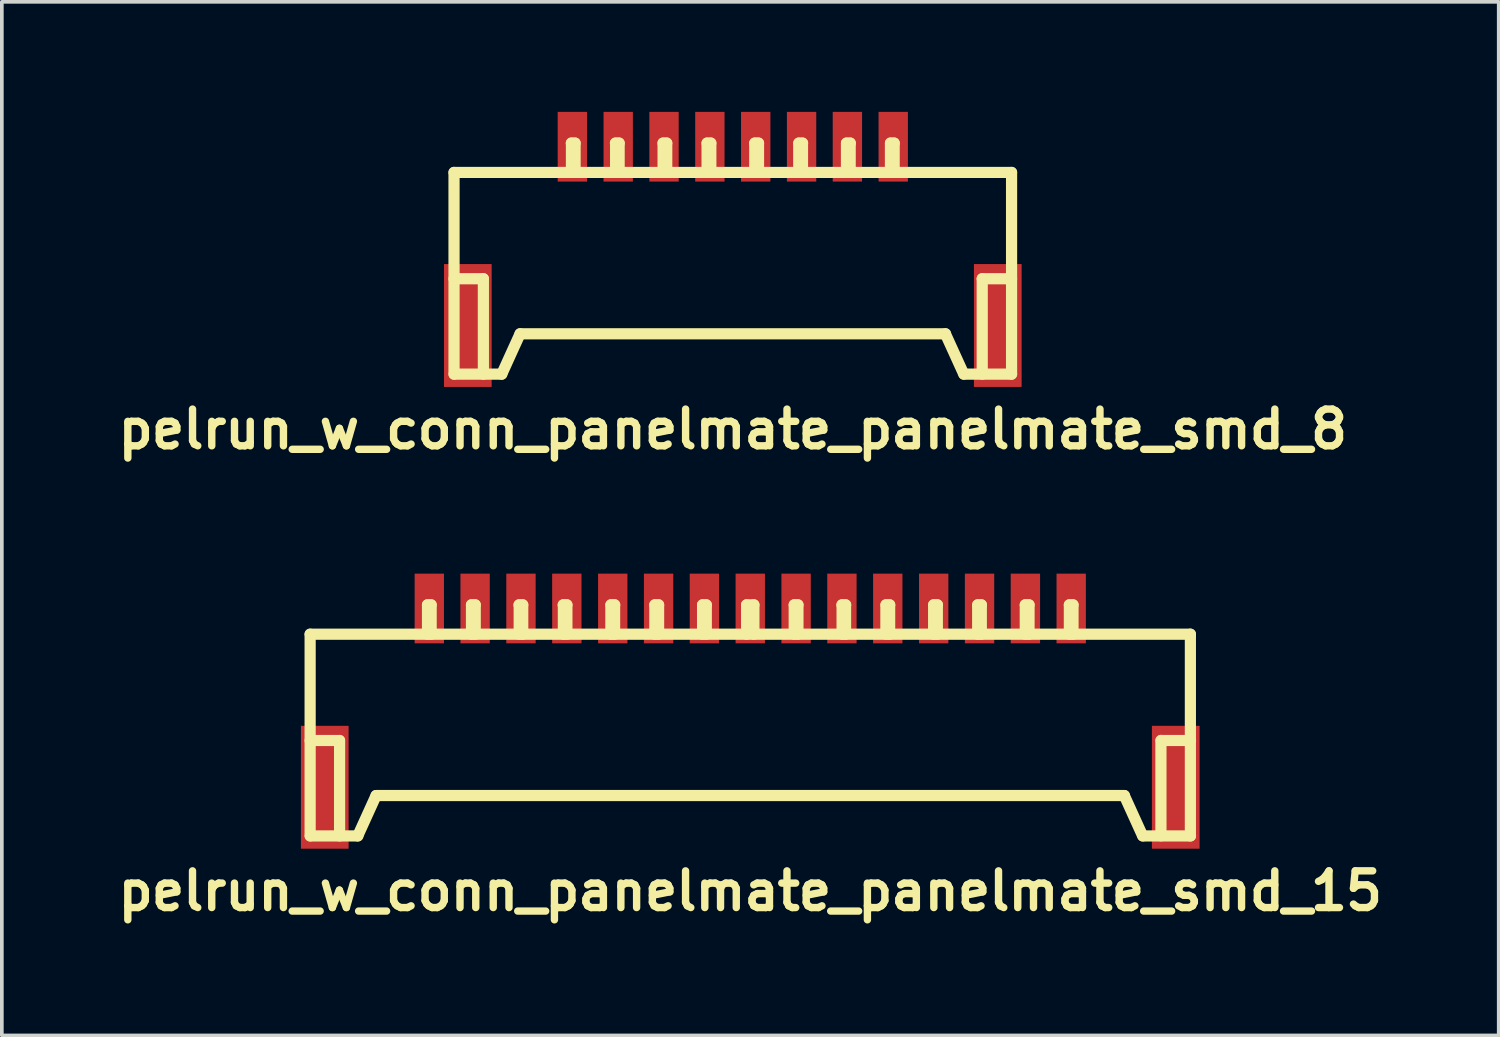
<source format=kicad_pcb>
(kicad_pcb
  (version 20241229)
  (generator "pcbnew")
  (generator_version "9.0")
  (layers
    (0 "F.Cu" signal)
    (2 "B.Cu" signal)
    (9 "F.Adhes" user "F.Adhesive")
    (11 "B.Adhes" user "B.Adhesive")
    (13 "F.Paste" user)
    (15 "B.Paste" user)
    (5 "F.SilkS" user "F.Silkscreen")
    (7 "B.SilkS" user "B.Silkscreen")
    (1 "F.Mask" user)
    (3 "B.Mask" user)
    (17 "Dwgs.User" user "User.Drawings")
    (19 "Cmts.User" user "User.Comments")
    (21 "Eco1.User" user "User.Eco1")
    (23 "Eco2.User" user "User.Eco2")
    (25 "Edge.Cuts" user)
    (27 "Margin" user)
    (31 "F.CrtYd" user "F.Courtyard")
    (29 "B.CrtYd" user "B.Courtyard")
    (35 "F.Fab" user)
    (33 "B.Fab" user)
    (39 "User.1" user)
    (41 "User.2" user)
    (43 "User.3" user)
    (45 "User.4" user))
  (footprint "pelrun_w_conn_panelmate_panelmate_smd_8"
    (layer "F.Cu")
    (at 16.928 4.45)
    (property "Reference" "pelrun_w_conn_panelmate_panelmate_smd_8" (at 0 4.201 0) (layer "F.SilkS") (effects (font (size 1.001 1.001) (thickness 0.201))))
    (attr through_hole)
    (fp_line (start -7.6 -2.799) (end -7.6 2.7) (stroke (width 0.305) (type solid)) (layer "F.SilkS"))
    (fp_line (start -7.6 -2.799) (end 7.6 -2.799) (stroke (width 0.305) (type solid)) (layer "F.SilkS"))
    (fp_line (start -7.6 0.099) (end -6.8 0.099) (stroke (width 0.305) (type solid)) (layer "F.SilkS"))
    (fp_line (start -6.8 0.099) (end -6.8 2.7) (stroke (width 0.305) (type solid)) (layer "F.SilkS"))
    (fp_line (start -6.299 2.7) (end -7.597 2.7) (stroke (width 0.305) (type solid)) (layer "F.SilkS"))
    (fp_line (start -6.299 2.7) (end -5.799 1.6) (stroke (width 0.305) (type solid)) (layer "F.SilkS"))
    (fp_line (start -5.799 1.6) (end 5.799 1.6) (stroke (width 0.305) (type solid)) (layer "F.SilkS"))
    (fp_line (start -4.402 -3.599) (end -4.3 -3.599) (stroke (width 0.305) (type solid)) (layer "F.SilkS"))
    (fp_line (start -4.399 -2.799) (end -4.399 -3.599) (stroke (width 0.305) (type solid)) (layer "F.SilkS"))
    (fp_line (start -4.3 -3.599) (end -4.3 -2.799) (stroke (width 0.305) (type solid)) (layer "F.SilkS"))
    (fp_line (start -3.2 -3.599) (end -3.099 -3.599) (stroke (width 0.305) (type solid)) (layer "F.SilkS"))
    (fp_line (start -3.195 -2.799) (end -3.195 -3.599) (stroke (width 0.305) (type solid)) (layer "F.SilkS"))
    (fp_line (start -3.099 -3.599) (end -3.099 -2.799) (stroke (width 0.305) (type solid)) (layer "F.SilkS"))
    (fp_line (start -1.9 -3.599) (end -1.9 -2.799) (stroke (width 0.305) (type solid)) (layer "F.SilkS"))
    (fp_line (start -1.801 -3.599) (end -1.902 -3.599) (stroke (width 0.305) (type solid)) (layer "F.SilkS"))
    (fp_line (start -1.801 -3.599) (end -1.801 -2.799) (stroke (width 0.305) (type solid)) (layer "F.SilkS"))
    (fp_line (start -0.701 -3.599) (end -0.599 -3.599) (stroke (width 0.305) (type solid)) (layer "F.SilkS"))
    (fp_line (start -0.701 -2.799) (end -0.701 -3.599) (stroke (width 0.305) (type solid)) (layer "F.SilkS"))
    (fp_line (start -0.599 -3.599) (end -0.599 -2.799) (stroke (width 0.305) (type solid)) (layer "F.SilkS"))
    (fp_line (start 0.599 -3.599) (end 0.599 -2.799) (stroke (width 0.305) (type solid)) (layer "F.SilkS"))
    (fp_line (start 0.701 -3.599) (end 0.599 -3.599) (stroke (width 0.305) (type solid)) (layer "F.SilkS"))
    (fp_line (start 0.701 -3.599) (end 0.701 -2.799) (stroke (width 0.305) (type solid)) (layer "F.SilkS"))
    (fp_line (start 1.798 -3.599) (end 1.798 -2.799) (stroke (width 0.305) (type solid)) (layer "F.SilkS"))
    (fp_line (start 1.803 -3.599) (end 1.902 -3.599) (stroke (width 0.305) (type solid)) (layer "F.SilkS"))
    (fp_line (start 1.9 -2.799) (end 1.9 -3.599) (stroke (width 0.305) (type solid)) (layer "F.SilkS"))
    (fp_line (start 3.099 -3.599) (end 3.099 -2.799) (stroke (width 0.305) (type solid)) (layer "F.SilkS"))
    (fp_line (start 3.2 -2.799) (end 3.2 -3.599) (stroke (width 0.305) (type solid)) (layer "F.SilkS"))
    (fp_line (start 3.203 -3.599) (end 3.101 -3.599) (stroke (width 0.305) (type solid)) (layer "F.SilkS"))
    (fp_line (start 4.298 -3.599) (end 4.298 -2.799) (stroke (width 0.305) (type solid)) (layer "F.SilkS"))
    (fp_line (start 4.3 -3.599) (end 4.399 -3.599) (stroke (width 0.305) (type solid)) (layer "F.SilkS"))
    (fp_line (start 4.399 -2.799) (end 4.399 -3.599) (stroke (width 0.305) (type solid)) (layer "F.SilkS"))
    (fp_line (start 5.796 1.6) (end 6.297 2.7) (stroke (width 0.305) (type solid)) (layer "F.SilkS"))
    (fp_line (start 6.302 2.7) (end 7.6 2.7) (stroke (width 0.305) (type solid)) (layer "F.SilkS"))
    (fp_line (start 6.8 0.099) (end 6.8 2.7) (stroke (width 0.305) (type solid)) (layer "F.SilkS"))
    (fp_line (start 7.6 -2.799) (end 7.6 2.7) (stroke (width 0.305) (type solid)) (layer "F.SilkS"))
    (fp_line (start 7.6 0.099) (end 6.8 0.099) (stroke (width 0.305) (type solid)) (layer "F.SilkS"))
    (pad "1" smd rect (at -4.374 -3.5) (size 0.8 1.9) (layers "F.Cu" "F.Mask" "F.Paste"))
    (pad "2" smd rect (at -3.124 -3.5) (size 0.8 1.9) (layers "F.Cu" "F.Mask" "F.Paste"))
    (pad "3" smd rect (at -1.875 -3.5) (size 0.8 1.9) (layers "F.Cu" "F.Mask" "F.Paste"))
    (pad "4" smd rect (at -0.625 -3.5) (size 0.8 1.9) (layers "F.Cu" "F.Mask" "F.Paste"))
    (pad "5" smd rect (at 0.625 -3.5) (size 0.8 1.9) (layers "F.Cu" "F.Mask" "F.Paste"))
    (pad "6" smd rect (at 1.875 -3.5) (size 0.8 1.9) (layers "F.Cu" "F.Mask" "F.Paste"))
    (pad "7" smd rect (at 3.124 -3.5) (size 0.8 1.9) (layers "F.Cu" "F.Mask" "F.Paste"))
    (pad "8" smd rect (at 4.374 -3.5) (size 0.8 1.9) (layers "F.Cu" "F.Mask" "F.Paste"))
    (pad "9" smd rect (at -7.224 1.374) (size 1.3 3.35) (layers "F.Cu" "F.Mask" "F.Paste"))
    (pad "9" smd rect (at 7.224 1.374) (size 1.3 3.35) (layers "F.Cu" "F.Mask" "F.Paste")))
  (footprint "pelrun_w_conn_panelmate_panelmate_smd_15"
    (layer "F.Cu")
    (at 17.404 17.039)
    (property "Reference" "pelrun_w_conn_panelmate_panelmate_smd_15" (at 0 4.201 0) (layer "F.SilkS") (effects (font (size 1.001 1.001) (thickness 0.201))))
    (attr through_hole)
    (fp_line (start -11.999 -2.799) (end -11.999 2.7) (stroke (width 0.305) (type solid)) (layer "F.SilkS"))
    (fp_line (start -11.999 -2.799) (end 11.999 -2.799) (stroke (width 0.305) (type solid)) (layer "F.SilkS"))
    (fp_line (start -11.999 0.099) (end -11.199 0.099) (stroke (width 0.305) (type solid)) (layer "F.SilkS"))
    (fp_line (start -11.196 0.099) (end -11.196 2.7) (stroke (width 0.305) (type solid)) (layer "F.SilkS"))
    (fp_line (start -10.701 2.7) (end -10.201 1.6) (stroke (width 0.305) (type solid)) (layer "F.SilkS"))
    (fp_line (start -10.698 2.7) (end -11.996 2.7) (stroke (width 0.305) (type solid)) (layer "F.SilkS"))
    (fp_line (start -8.799 -3.599) (end -8.7 -3.599) (stroke (width 0.305) (type solid)) (layer "F.SilkS"))
    (fp_line (start -8.799 -2.799) (end -8.799 -3.599) (stroke (width 0.305) (type solid)) (layer "F.SilkS"))
    (fp_line (start -8.7 -3.599) (end -8.7 -2.799) (stroke (width 0.305) (type solid)) (layer "F.SilkS"))
    (fp_line (start -7.6 -3.599) (end -7.6 -2.799) (stroke (width 0.305) (type solid)) (layer "F.SilkS"))
    (fp_line (start -7.498 -3.599) (end -7.6 -3.599) (stroke (width 0.305) (type solid)) (layer "F.SilkS"))
    (fp_line (start -7.498 -2.799) (end -7.498 -3.599) (stroke (width 0.305) (type solid)) (layer "F.SilkS"))
    (fp_line (start -6.304 -3.599) (end -6.203 -3.599) (stroke (width 0.305) (type solid)) (layer "F.SilkS"))
    (fp_line (start -6.299 -2.799) (end -6.299 -3.599) (stroke (width 0.305) (type solid)) (layer "F.SilkS"))
    (fp_line (start -6.203 -3.599) (end -6.203 -2.799) (stroke (width 0.305) (type solid)) (layer "F.SilkS"))
    (fp_line (start -5.1 -3.599) (end -4.999 -3.599) (stroke (width 0.305) (type solid)) (layer "F.SilkS"))
    (fp_line (start -5.095 -2.799) (end -5.095 -3.599) (stroke (width 0.305) (type solid)) (layer "F.SilkS"))
    (fp_line (start -4.999 -3.599) (end -4.999 -2.799) (stroke (width 0.305) (type solid)) (layer "F.SilkS"))
    (fp_line (start -3.8 -3.599) (end -3.8 -2.799) (stroke (width 0.305) (type solid)) (layer "F.SilkS"))
    (fp_line (start -3.698 -3.599) (end -3.698 -2.799) (stroke (width 0.305) (type solid)) (layer "F.SilkS"))
    (fp_line (start -3.696 -3.599) (end -3.797 -3.599) (stroke (width 0.305) (type solid)) (layer "F.SilkS"))
    (fp_line (start -2.601 -3.599) (end -2.499 -3.599) (stroke (width 0.305) (type solid)) (layer "F.SilkS"))
    (fp_line (start -2.601 -2.799) (end -2.601 -3.599) (stroke (width 0.305) (type solid)) (layer "F.SilkS"))
    (fp_line (start -2.499 -3.599) (end -2.499 -2.799) (stroke (width 0.305) (type solid)) (layer "F.SilkS"))
    (fp_line (start -1.3 -3.599) (end -1.199 -3.599) (stroke (width 0.305) (type solid)) (layer "F.SilkS"))
    (fp_line (start -1.3 -2.799) (end -1.3 -3.599) (stroke (width 0.305) (type solid)) (layer "F.SilkS"))
    (fp_line (start -1.199 -3.599) (end -1.199 -2.799) (stroke (width 0.305) (type solid)) (layer "F.SilkS"))
    (fp_line (start -0.099 -3.599) (end 0.099 -3.599) (stroke (width 0.305) (type solid)) (layer "F.SilkS"))
    (fp_line (start -0.099 -2.799) (end -0.099 -3.599) (stroke (width 0.305) (type solid)) (layer "F.SilkS"))
    (fp_line (start 0.099 -3.599) (end 0.099 -2.799) (stroke (width 0.305) (type solid)) (layer "F.SilkS"))
    (fp_line (start 1.199 -3.599) (end 1.199 -2.799) (stroke (width 0.305) (type solid)) (layer "F.SilkS"))
    (fp_line (start 1.3 -3.599) (end 1.199 -3.599) (stroke (width 0.305) (type solid)) (layer "F.SilkS"))
    (fp_line (start 1.3 -2.799) (end 1.3 -3.599) (stroke (width 0.305) (type solid)) (layer "F.SilkS"))
    (fp_line (start 2.504 -3.599) (end 2.504 -2.799) (stroke (width 0.305) (type solid)) (layer "F.SilkS"))
    (fp_line (start 2.598 -3.599) (end 2.598 -2.799) (stroke (width 0.305) (type solid)) (layer "F.SilkS"))
    (fp_line (start 2.601 -3.599) (end 2.499 -3.599) (stroke (width 0.305) (type solid)) (layer "F.SilkS"))
    (fp_line (start 3.698 -3.599) (end 3.698 -2.799) (stroke (width 0.305) (type solid)) (layer "F.SilkS"))
    (fp_line (start 3.703 -3.599) (end 3.802 -3.599) (stroke (width 0.305) (type solid)) (layer "F.SilkS"))
    (fp_line (start 3.8 -2.799) (end 3.8 -3.599) (stroke (width 0.305) (type solid)) (layer "F.SilkS"))
    (fp_line (start 4.999 -3.599) (end 4.999 -2.799) (stroke (width 0.305) (type solid)) (layer "F.SilkS"))
    (fp_line (start 5.1 -2.799) (end 5.1 -3.599) (stroke (width 0.305) (type solid)) (layer "F.SilkS"))
    (fp_line (start 5.103 -3.599) (end 5.001 -3.599) (stroke (width 0.305) (type solid)) (layer "F.SilkS"))
    (fp_line (start 6.2 -3.599) (end 6.2 -2.799) (stroke (width 0.305) (type solid)) (layer "F.SilkS"))
    (fp_line (start 6.203 -3.599) (end 6.302 -3.599) (stroke (width 0.305) (type solid)) (layer "F.SilkS"))
    (fp_line (start 6.299 -2.799) (end 6.299 -3.599) (stroke (width 0.305) (type solid)) (layer "F.SilkS"))
    (fp_line (start 7.498 -3.599) (end 7.6 -3.599) (stroke (width 0.305) (type solid)) (layer "F.SilkS"))
    (fp_line (start 7.498 -2.799) (end 7.498 -3.599) (stroke (width 0.305) (type solid)) (layer "F.SilkS"))
    (fp_line (start 7.6 -3.599) (end 7.6 -2.799) (stroke (width 0.305) (type solid)) (layer "F.SilkS"))
    (fp_line (start 8.7 -3.599) (end 8.7 -2.799) (stroke (width 0.305) (type solid)) (layer "F.SilkS"))
    (fp_line (start 8.799 -3.599) (end 8.7 -3.599) (stroke (width 0.305) (type solid)) (layer "F.SilkS"))
    (fp_line (start 8.799 -2.799) (end 8.799 -3.599) (stroke (width 0.305) (type solid)) (layer "F.SilkS"))
    (fp_line (start 10.198 1.6) (end 10.698 2.7) (stroke (width 0.305) (type solid)) (layer "F.SilkS"))
    (fp_line (start 10.201 1.6) (end -10.201 1.6) (stroke (width 0.305) (type solid)) (layer "F.SilkS"))
    (fp_line (start 10.704 2.7) (end 12.002 2.7) (stroke (width 0.305) (type solid)) (layer "F.SilkS"))
    (fp_line (start 11.196 0.097) (end 11.196 2.697) (stroke (width 0.305) (type solid)) (layer "F.SilkS"))
    (fp_line (start 11.999 -2.799) (end 11.999 2.7) (stroke (width 0.305) (type solid)) (layer "F.SilkS"))
    (fp_line (start 12.002 0.099) (end 11.201 0.099) (stroke (width 0.305) (type solid)) (layer "F.SilkS"))
    (pad "1" smd rect (at -8.75 -3.5) (size 0.8 1.9) (layers "F.Cu" "F.Mask" "F.Paste"))
    (pad "2" smd rect (at -7.501 -3.5) (size 0.8 1.9) (layers "F.Cu" "F.Mask" "F.Paste"))
    (pad "3" smd rect (at -6.251 -3.5) (size 0.8 1.9) (layers "F.Cu" "F.Mask" "F.Paste"))
    (pad "4" smd rect (at -5.001 -3.5) (size 0.8 1.9) (layers "F.Cu" "F.Mask" "F.Paste"))
    (pad "5" smd rect (at -3.749 -3.5) (size 0.8 1.9) (layers "F.Cu" "F.Mask" "F.Paste"))
    (pad "6" smd rect (at -2.499 -3.5) (size 0.8 1.9) (layers "F.Cu" "F.Mask" "F.Paste"))
    (pad "7" smd rect (at -1.25 -3.5) (size 0.8 1.9) (layers "F.Cu" "F.Mask" "F.Paste"))
    (pad "8" smd rect (at 0 -3.5) (size 0.8 1.9) (layers "F.Cu" "F.Mask" "F.Paste"))
    (pad "9" smd rect (at 1.25 -3.5) (size 0.8 1.9) (layers "F.Cu" "F.Mask" "F.Paste"))
    (pad "10" smd rect (at 2.499 -3.5) (size 0.8 1.9) (layers "F.Cu" "F.Mask" "F.Paste"))
    (pad "11" smd rect (at 3.749 -3.5) (size 0.8 1.9) (layers "F.Cu" "F.Mask" "F.Paste"))
    (pad "12" smd rect (at 5.001 -3.5) (size 0.8 1.9) (layers "F.Cu" "F.Mask" "F.Paste"))
    (pad "13" smd rect (at 6.251 -3.5) (size 0.8 1.9) (layers "F.Cu" "F.Mask" "F.Paste"))
    (pad "14" smd rect (at 7.501 -3.5) (size 0.8 1.9) (layers "F.Cu" "F.Mask" "F.Paste"))
    (pad "15" smd rect (at 8.75 -3.5) (size 0.8 1.9) (layers "F.Cu" "F.Mask" "F.Paste"))
    (pad "16" smd rect (at -11.6 1.374) (size 1.3 3.35) (layers "F.Cu" "F.Mask" "F.Paste"))
    (pad "16" smd rect (at 11.6 1.374) (size 1.3 3.35) (layers "F.Cu" "F.Mask" "F.Paste")))
  (gr_rect
    (start -3 -3)
    (end 37.809 25.178)
    (stroke (width 0.1) (type default))
    (fill no)
    (layer "Edge.Cuts")))
</source>
